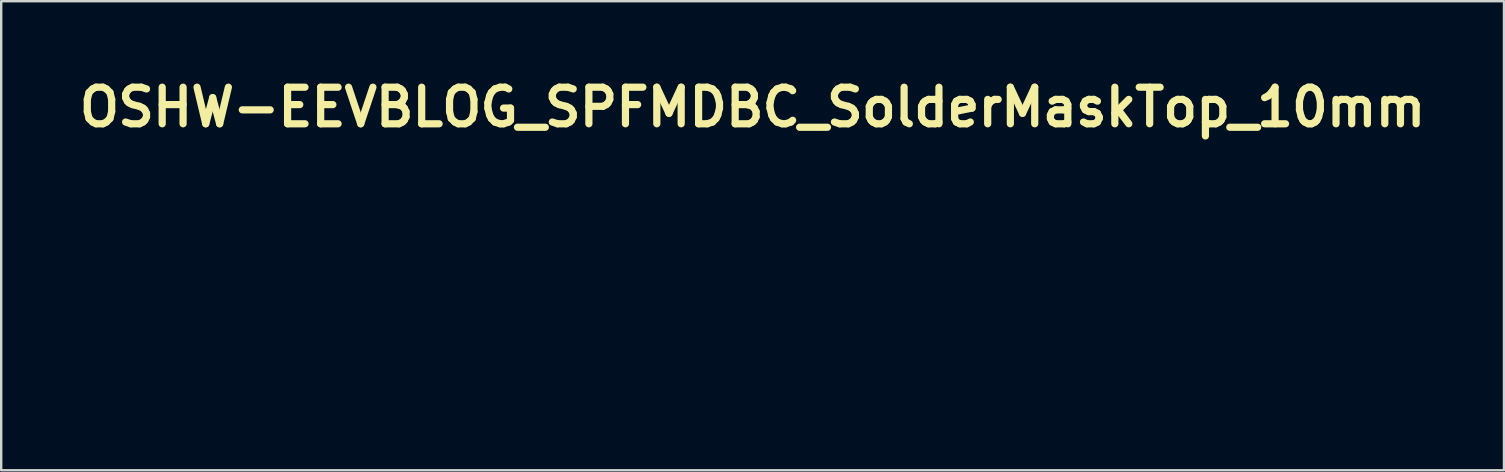
<source format=kicad_pcb>
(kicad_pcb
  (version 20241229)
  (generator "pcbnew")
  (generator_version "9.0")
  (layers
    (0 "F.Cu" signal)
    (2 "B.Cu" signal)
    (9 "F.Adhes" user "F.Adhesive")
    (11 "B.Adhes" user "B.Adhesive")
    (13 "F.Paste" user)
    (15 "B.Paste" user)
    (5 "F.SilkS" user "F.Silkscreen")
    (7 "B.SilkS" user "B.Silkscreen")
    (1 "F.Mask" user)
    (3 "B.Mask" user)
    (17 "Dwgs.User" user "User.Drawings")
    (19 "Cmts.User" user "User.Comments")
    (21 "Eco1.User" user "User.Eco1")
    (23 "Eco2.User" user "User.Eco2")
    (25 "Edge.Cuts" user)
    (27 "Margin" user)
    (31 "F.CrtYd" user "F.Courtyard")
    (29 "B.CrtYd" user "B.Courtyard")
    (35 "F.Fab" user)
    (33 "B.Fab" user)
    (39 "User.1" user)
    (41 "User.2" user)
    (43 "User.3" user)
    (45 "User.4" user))
  (footprint "OSHW-EEVBLOG_SPFMDBC_SolderMaskTop_10mm"
    (layer "F.Cu")
    (at 28.31 8.403)
    (property "Reference" "OSHW-EEVBLOG_SPFMDBC_SolderMaskTop_10mm" (at 0 -6.985 0) (layer "F.SilkS") (effects (font (size 1.524 1.524) (thickness 0.3))))
    (attr through_hole)
    (fp_poly (pts (xy -3.343 -1.592) (xy -3.27 -1.581) (xy -3.222 -1.557) (xy -3.196 -1.519) (xy -3.19 -1.477) (xy -3.199 -1.426) (xy -3.229 -1.391) (xy -3.282 -1.369) (xy -3.343 -1.361) (xy -3.441 -1.355) (xy -3.441 -1.598) (xy -3.343 -1.592)) (stroke (width 0.01) (type solid)) (fill yes) (layer "F.Mask"))
    (fp_poly (pts (xy 3.259 -1.605) (xy 3.328 -1.594) (xy 3.371 -1.577) (xy 3.394 -1.551) (xy 3.4 -1.514) (xy 3.392 -1.472) (xy 3.366 -1.444) (xy 3.317 -1.428) (xy 3.256 -1.42) (xy 3.16 -1.414) (xy 3.16 -1.614) (xy 3.259 -1.605)) (stroke (width 0.01) (type solid)) (fill yes) (layer "F.Mask"))
    (fp_poly (pts (xy 3.263 -1.295) (xy 3.319 -1.289) (xy 3.367 -1.28) (xy 3.396 -1.27) (xy 3.426 -1.24) (xy 3.438 -1.197) (xy 3.43 -1.152) (xy 3.405 -1.113) (xy 3.374 -1.092) (xy 3.338 -1.084) (xy 3.286 -1.079) (xy 3.248 -1.078) (xy 3.16 -1.078) (xy 3.16 -1.304) (xy 3.263 -1.295)) (stroke (width 0.01) (type solid)) (fill yes) (layer "F.Mask"))
    (fp_poly (pts (xy 2.197 -3.81) (xy 2.288 -3.8) (xy 2.358 -3.769) (xy 2.407 -3.718) (xy 2.435 -3.646) (xy 2.444 -3.559) (xy 2.435 -3.468) (xy 2.406 -3.398) (xy 2.358 -3.35) (xy 2.333 -3.335) (xy 2.287 -3.319) (xy 2.232 -3.307) (xy 2.178 -3.3) (xy 2.138 -3.301) (xy 2.13 -3.303) (xy 2.123 -3.314) (xy 2.118 -3.343) (xy 2.114 -3.392) (xy 2.112 -3.465) (xy 2.112 -3.56) (xy 2.112 -3.81) (xy 2.197 -3.81)) (stroke (width 0.01) (type solid)) (fill yes) (layer "F.Mask"))
    (fp_poly (pts (xy 2.783 4.096) (xy 2.839 4.109) (xy 2.892 4.128) (xy 2.931 4.149) (xy 2.945 4.162) (xy 2.94 4.179) (xy 2.92 4.212) (xy 2.888 4.255) (xy 2.879 4.266) (xy 2.804 4.356) (xy 2.758 4.332) (xy 2.697 4.313) (xy 2.632 4.312) (xy 2.574 4.327) (xy 2.556 4.338) (xy 2.529 4.36) (xy 2.508 4.383) (xy 2.492 4.413) (xy 2.481 4.452) (xy 2.473 4.504) (xy 2.469 4.574) (xy 2.467 4.665) (xy 2.466 4.781) (xy 2.466 4.803) (xy 2.466 5.139) (xy 2.245 5.139) (xy 2.245 4.105) (xy 2.466 4.105) (xy 2.466 4.195) (xy 2.514 4.16) (xy 2.599 4.113) (xy 2.695 4.092) (xy 2.733 4.091) (xy 2.783 4.096)) (stroke (width 0.01) (type solid)) (fill yes) (layer "F.Mask"))
    (fp_poly (pts (xy 2.717 2.584) (xy 2.785 2.536) (xy 2.826 2.51) (xy 2.865 2.495) (xy 2.913 2.487) (xy 2.959 2.483) (xy 3.024 2.482) (xy 3.071 2.488) (xy 3.111 2.501) (xy 3.127 2.509) (xy 3.166 2.531) (xy 3.192 2.549) (xy 3.197 2.555) (xy 3.193 2.573) (xy 3.172 2.605) (xy 3.14 2.647) (xy 3.13 2.659) (xy 3.091 2.703) (xy 3.066 2.728) (xy 3.049 2.737) (xy 3.033 2.733) (xy 3.017 2.724) (xy 2.967 2.705) (xy 2.905 2.701) (xy 2.846 2.711) (xy 2.814 2.726) (xy 2.789 2.744) (xy 2.769 2.764) (xy 2.754 2.79) (xy 2.744 2.826) (xy 2.737 2.875) (xy 2.733 2.941) (xy 2.732 3.028) (xy 2.731 3.139) (xy 2.731 3.176) (xy 2.733 3.515) (xy 2.51 3.515) (xy 2.51 2.481) (xy 2.717 2.481) (xy 2.717 2.584)) (stroke (width 0.01) (type solid)) (fill yes) (layer "F.Mask"))
    (fp_poly (pts (xy -1.343 4.097) (xy -1.283 4.112) (xy -1.23 4.132) (xy -1.195 4.156) (xy -1.189 4.163) (xy -1.194 4.182) (xy -1.214 4.216) (xy -1.248 4.259) (xy -1.256 4.269) (xy -1.295 4.313) (xy -1.32 4.337) (xy -1.337 4.346) (xy -1.353 4.343) (xy -1.369 4.333) (xy -1.414 4.317) (xy -1.472 4.31) (xy -1.529 4.314) (xy -1.563 4.326) (xy -1.591 4.348) (xy -1.622 4.383) (xy -1.627 4.39) (xy -1.638 4.406) (xy -1.646 4.423) (xy -1.653 4.445) (xy -1.657 4.477) (xy -1.66 4.521) (xy -1.663 4.582) (xy -1.664 4.664) (xy -1.666 4.771) (xy -1.666 4.788) (xy -1.671 5.139) (xy -1.875 5.139) (xy -1.875 4.105) (xy -1.669 4.105) (xy -1.669 4.152) (xy -1.667 4.183) (xy -1.66 4.188) (xy -1.643 4.175) (xy -1.584 4.136) (xy -1.508 4.107) (xy -1.429 4.092) (xy -1.403 4.091) (xy -1.343 4.097)) (stroke (width 0.01) (type solid)) (fill yes) (layer "F.Mask"))
    (fp_poly (pts (xy 2.289 3.515) (xy 2.178 3.515) (xy 2.122 3.514) (xy 2.089 3.511) (xy 2.073 3.504) (xy 2.068 3.491) (xy 2.067 3.479) (xy 2.067 3.442) (xy 1.985 3.486) (xy 1.887 3.522) (xy 1.789 3.529) (xy 1.69 3.507) (xy 1.66 3.494) (xy 1.579 3.44) (xy 1.516 3.365) (xy 1.483 3.297) (xy 1.476 3.268) (xy 1.471 3.223) (xy 1.467 3.159) (xy 1.465 3.073) (xy 1.463 2.962) (xy 1.463 2.861) (xy 1.462 2.481) (xy 1.683 2.481) (xy 1.683 2.814) (xy 1.684 2.934) (xy 1.686 3.028) (xy 1.689 3.1) (xy 1.696 3.155) (xy 1.705 3.196) (xy 1.718 3.226) (xy 1.736 3.25) (xy 1.755 3.269) (xy 1.8 3.293) (xy 1.861 3.305) (xy 1.923 3.303) (xy 1.97 3.287) (xy 1.997 3.272) (xy 2.018 3.256) (xy 2.033 3.235) (xy 2.045 3.206) (xy 2.053 3.165) (xy 2.059 3.108) (xy 2.063 3.032) (xy 2.065 2.933) (xy 2.067 2.843) (xy 2.075 2.488) (xy 2.289 2.48) (xy 2.289 3.515)) (stroke (width 0.01) (type solid)) (fill yes) (layer "F.Mask"))
    (fp_poly (pts (xy -1.698 2.534) (xy -1.697 2.567) (xy -1.691 2.576) (xy -1.676 2.564) (xy -1.673 2.561) (xy -1.614 2.521) (xy -1.538 2.494) (xy -1.453 2.481) (xy -1.369 2.485) (xy -1.294 2.506) (xy -1.285 2.51) (xy -1.201 2.569) (xy -1.138 2.649) (xy -1.121 2.68) (xy -1.113 2.701) (xy -1.106 2.725) (xy -1.101 2.755) (xy -1.098 2.797) (xy -1.095 2.853) (xy -1.094 2.928) (xy -1.093 3.026) (xy -1.093 3.127) (xy -1.093 3.515) (xy -1.314 3.515) (xy -1.314 3.173) (xy -1.314 3.063) (xy -1.315 2.978) (xy -1.317 2.915) (xy -1.319 2.869) (xy -1.324 2.836) (xy -1.33 2.813) (xy -1.338 2.795) (xy -1.344 2.783) (xy -1.389 2.737) (xy -1.448 2.708) (xy -1.514 2.699) (xy -1.578 2.712) (xy -1.609 2.729) (xy -1.636 2.751) (xy -1.657 2.775) (xy -1.673 2.805) (xy -1.684 2.845) (xy -1.691 2.898) (xy -1.696 2.969) (xy -1.698 3.062) (xy -1.698 3.181) (xy -1.698 3.186) (xy -1.698 3.515) (xy -1.92 3.515) (xy -1.92 2.481) (xy -1.698 2.481) (xy -1.698 2.534)) (stroke (width 0.01) (type solid)) (fill yes) (layer "F.Mask"))
    (fp_poly (pts (xy 3.668 2.484) (xy 3.762 2.495) (xy 3.838 2.518) (xy 3.909 2.558) (xy 3.964 2.602) (xy 4.022 2.653) (xy 3.951 2.718) (xy 3.913 2.753) (xy 3.882 2.778) (xy 3.867 2.789) (xy 3.849 2.783) (xy 3.819 2.763) (xy 3.809 2.756) (xy 3.738 2.714) (xy 3.656 2.696) (xy 3.573 2.704) (xy 3.495 2.736) (xy 3.491 2.739) (xy 3.45 2.782) (xy 3.419 2.845) (xy 3.4 2.923) (xy 3.393 3.006) (xy 3.399 3.09) (xy 3.419 3.165) (xy 3.429 3.187) (xy 3.472 3.249) (xy 3.526 3.287) (xy 3.596 3.304) (xy 3.658 3.304) (xy 3.717 3.298) (xy 3.759 3.285) (xy 3.798 3.26) (xy 3.806 3.254) (xy 3.862 3.209) (xy 3.94 3.278) (xy 4.018 3.348) (xy 3.969 3.396) (xy 3.885 3.462) (xy 3.79 3.504) (xy 3.678 3.523) (xy 3.655 3.525) (xy 3.581 3.525) (xy 3.524 3.519) (xy 3.473 3.504) (xy 3.463 3.5) (xy 3.371 3.452) (xy 3.298 3.387) (xy 3.24 3.299) (xy 3.231 3.283) (xy 3.208 3.231) (xy 3.193 3.187) (xy 3.184 3.138) (xy 3.179 3.075) (xy 3.177 3.04) (xy 3.179 2.913) (xy 3.196 2.807) (xy 3.231 2.717) (xy 3.283 2.639) (xy 3.313 2.607) (xy 3.384 2.546) (xy 3.458 2.507) (xy 3.541 2.487) (xy 3.642 2.483) (xy 3.668 2.484)) (stroke (width 0.01) (type solid)) (fill yes) (layer "F.Mask"))
    (fp_poly (pts (xy 0.521 4.106) (xy 0.548 4.111) (xy 0.561 4.124) (xy 0.568 4.146) (xy 0.575 4.172) (xy 0.59 4.221) (xy 0.611 4.288) (xy 0.637 4.37) (xy 0.666 4.46) (xy 0.677 4.494) (xy 0.777 4.8) (xy 0.871 4.453) (xy 0.965 4.105) (xy 1.081 4.105) (xy 1.135 4.106) (xy 1.175 4.109) (xy 1.195 4.114) (xy 1.196 4.115) (xy 1.192 4.131) (xy 1.18 4.171) (xy 1.161 4.232) (xy 1.136 4.31) (xy 1.107 4.401) (xy 1.076 4.501) (xy 1.042 4.607) (xy 1.007 4.714) (xy 0.973 4.819) (xy 0.941 4.918) (xy 0.921 4.98) (xy 0.869 5.139) (xy 0.681 5.139) (xy 0.637 4.995) (xy 0.614 4.921) (xy 0.587 4.83) (xy 0.559 4.737) (xy 0.538 4.667) (xy 0.517 4.596) (xy 0.498 4.535) (xy 0.483 4.489) (xy 0.474 4.465) (xy 0.474 4.463) (xy 0.467 4.472) (xy 0.454 4.505) (xy 0.434 4.559) (xy 0.411 4.631) (xy 0.384 4.718) (xy 0.362 4.792) (xy 0.26 5.139) (xy 0.065 5.139) (xy -0.098 4.626) (xy -0.261 4.113) (xy -0.151 4.108) (xy -0.097 4.107) (xy -0.055 4.108) (xy -0.034 4.111) (xy -0.033 4.112) (xy -0.027 4.128) (xy -0.015 4.168) (xy 0.003 4.229) (xy 0.025 4.306) (xy 0.05 4.395) (xy 0.066 4.455) (xy 0.092 4.548) (xy 0.116 4.63) (xy 0.136 4.698) (xy 0.152 4.746) (xy 0.163 4.773) (xy 0.166 4.776) (xy 0.172 4.759) (xy 0.187 4.717) (xy 0.207 4.656) (xy 0.233 4.579) (xy 0.261 4.49) (xy 0.28 4.434) (xy 0.385 4.105) (xy 0.472 4.105) (xy 0.521 4.106)) (stroke (width 0.01) (type solid)) (fill yes) (layer "F.Mask"))
    (fp_poly (pts (xy -0.354 5.139) (xy -0.576 5.139) (xy -0.576 5.095) (xy -0.582 5.061) (xy -0.596 5.051) (xy -0.614 5.067) (xy -0.614 5.067) (xy -0.646 5.095) (xy -0.7 5.116) (xy -0.768 5.131) (xy -0.842 5.136) (xy -0.915 5.133) (xy -0.972 5.12) (xy -1.025 5.092) (xy -1.08 5.046) (xy -1.127 4.989) (xy -1.16 4.932) (xy -1.165 4.919) (xy -1.173 4.875) (xy -1.179 4.809) (xy -1.183 4.727) (xy -1.184 4.637) (xy -1.184 4.615) (xy -0.966 4.615) (xy -0.966 4.692) (xy -0.962 4.746) (xy -0.956 4.784) (xy -0.945 4.814) (xy -0.937 4.829) (xy -0.891 4.883) (xy -0.832 4.916) (xy -0.766 4.927) (xy -0.701 4.913) (xy -0.647 4.878) (xy -0.613 4.828) (xy -0.59 4.758) (xy -0.578 4.675) (xy -0.576 4.587) (xy -0.584 4.501) (xy -0.604 4.426) (xy -0.634 4.367) (xy -0.648 4.351) (xy -0.699 4.32) (xy -0.763 4.307) (xy -0.828 4.311) (xy -0.875 4.331) (xy -0.913 4.361) (xy -0.939 4.399) (xy -0.955 4.45) (xy -0.964 4.52) (xy -0.966 4.613) (xy -0.966 4.615) (xy -1.184 4.615) (xy -1.184 4.546) (xy -1.181 4.461) (xy -1.177 4.389) (xy -1.17 4.337) (xy -1.167 4.327) (xy -1.138 4.265) (xy -1.091 4.203) (xy -1.032 4.15) (xy -0.972 4.114) (xy -0.953 4.107) (xy -0.858 4.093) (xy -0.763 4.101) (xy -0.676 4.128) (xy -0.604 4.173) (xy -0.602 4.175) (xy -0.593 4.182) (xy -0.586 4.181) (xy -0.581 4.169) (xy -0.578 4.141) (xy -0.577 4.094) (xy -0.576 4.024) (xy -0.576 3.945) (xy -0.576 3.692) (xy -0.354 3.692) (xy -0.354 5.139)) (stroke (width 0.01) (type solid)) (fill yes) (layer "F.Mask"))
    (fp_poly (pts (xy -4.412 2.489) (xy -4.363 2.492) (xy -4.327 2.5) (xy -4.295 2.513) (xy -4.265 2.529) (xy -4.179 2.596) (xy -4.115 2.679) (xy -4.081 2.759) (xy -4.07 2.818) (xy -4.063 2.895) (xy -4.061 2.983) (xy -4.063 3.073) (xy -4.069 3.159) (xy -4.079 3.233) (xy -4.093 3.288) (xy -4.098 3.3) (xy -4.146 3.374) (xy -4.213 3.441) (xy -4.286 3.49) (xy -4.29 3.492) (xy -4.347 3.51) (xy -4.422 3.521) (xy -4.502 3.525) (xy -4.576 3.521) (xy -4.625 3.511) (xy -4.717 3.466) (xy -4.796 3.398) (xy -4.851 3.322) (xy -4.868 3.287) (xy -4.881 3.257) (xy -4.889 3.223) (xy -4.894 3.179) (xy -4.898 3.118) (xy -4.9 3.04) (xy -4.9 2.989) (xy -4.693 2.989) (xy -4.691 3.072) (xy -4.682 3.134) (xy -4.655 3.213) (xy -4.612 3.268) (xy -4.552 3.299) (xy -4.482 3.308) (xy -4.429 3.305) (xy -4.393 3.294) (xy -4.357 3.269) (xy -4.35 3.263) (xy -4.316 3.225) (xy -4.294 3.18) (xy -4.282 3.134) (xy -4.272 3.057) (xy -4.271 2.973) (xy -4.279 2.892) (xy -4.295 2.823) (xy -4.312 2.783) (xy -4.348 2.745) (xy -4.4 2.712) (xy -4.455 2.691) (xy -4.482 2.688) (xy -4.533 2.698) (xy -4.588 2.726) (xy -4.634 2.762) (xy -4.651 2.783) (xy -4.673 2.836) (xy -4.687 2.907) (xy -4.693 2.989) (xy -4.9 2.989) (xy -4.9 2.91) (xy -4.89 2.804) (xy -4.868 2.719) (xy -4.834 2.649) (xy -4.785 2.591) (xy -4.719 2.541) (xy -4.699 2.529) (xy -4.664 2.51) (xy -4.632 2.498) (xy -4.594 2.492) (xy -4.542 2.489) (xy -4.482 2.488) (xy -4.412 2.489)) (stroke (width 0.01) (type solid)) (fill yes) (layer "F.Mask"))
    (fp_poly (pts (xy 0.994 2.495) (xy 1.073 2.52) (xy 1.14 2.563) (xy 1.178 2.597) (xy 1.22 2.643) (xy 1.251 2.691) (xy 1.271 2.745) (xy 1.284 2.811) (xy 1.29 2.896) (xy 1.292 2.99) (xy 1.29 3.084) (xy 1.286 3.165) (xy 1.28 3.227) (xy 1.274 3.258) (xy 1.245 3.319) (xy 1.197 3.383) (xy 1.139 3.441) (xy 1.079 3.485) (xy 1.073 3.488) (xy 1.014 3.509) (xy 0.938 3.522) (xy 0.856 3.527) (xy 0.78 3.523) (xy 0.722 3.51) (xy 0.624 3.459) (xy 0.546 3.386) (xy 0.487 3.291) (xy 0.485 3.286) (xy 0.471 3.253) (xy 0.462 3.22) (xy 0.456 3.18) (xy 0.453 3.128) (xy 0.451 3.057) (xy 0.451 3.005) (xy 0.452 2.971) (xy 0.667 2.971) (xy 0.667 3.078) (xy 0.679 3.161) (xy 0.703 3.223) (xy 0.74 3.266) (xy 0.759 3.28) (xy 0.822 3.303) (xy 0.894 3.306) (xy 0.963 3.29) (xy 0.987 3.278) (xy 1.026 3.244) (xy 1.055 3.201) (xy 1.057 3.197) (xy 1.067 3.155) (xy 1.074 3.093) (xy 1.078 3.02) (xy 1.077 2.946) (xy 1.073 2.88) (xy 1.065 2.832) (xy 1.062 2.825) (xy 1.025 2.762) (xy 0.971 2.719) (xy 0.907 2.697) (xy 0.84 2.696) (xy 0.776 2.717) (xy 0.72 2.763) (xy 0.713 2.771) (xy 0.694 2.799) (xy 0.682 2.827) (xy 0.674 2.863) (xy 0.67 2.914) (xy 0.667 2.971) (xy 0.452 2.971) (xy 0.452 2.92) (xy 0.454 2.857) (xy 0.458 2.811) (xy 0.466 2.775) (xy 0.477 2.742) (xy 0.486 2.721) (xy 0.542 2.627) (xy 0.617 2.556) (xy 0.709 2.508) (xy 0.816 2.485) (xy 0.896 2.484) (xy 0.994 2.495)) (stroke (width 0.01) (type solid)) (fill yes) (layer "F.Mask"))
    (fp_poly (pts (xy -2.418 2.485) (xy -2.378 2.495) (xy -2.333 2.513) (xy -2.331 2.514) (xy -2.243 2.564) (xy -2.176 2.627) (xy -2.129 2.704) (xy -2.1 2.8) (xy -2.086 2.919) (xy -2.085 2.935) (xy -2.079 3.086) (xy -2.398 3.086) (xy -2.508 3.086) (xy -2.592 3.087) (xy -2.652 3.09) (xy -2.691 3.096) (xy -2.712 3.106) (xy -2.718 3.122) (xy -2.713 3.145) (xy -2.698 3.176) (xy -2.684 3.204) (xy -2.637 3.268) (xy -2.575 3.308) (xy -2.501 3.323) (xy -2.418 3.313) (xy -2.328 3.277) (xy -2.28 3.249) (xy -2.261 3.24) (xy -2.242 3.242) (xy -2.216 3.258) (xy -2.176 3.29) (xy -2.171 3.294) (xy -2.095 3.359) (xy -2.152 3.413) (xy -2.234 3.47) (xy -2.333 3.509) (xy -2.442 3.527) (xy -2.553 3.525) (xy -2.656 3.501) (xy -2.748 3.455) (xy -2.823 3.385) (xy -2.878 3.293) (xy -2.916 3.178) (xy -2.926 3.117) (xy -2.935 2.988) (xy -2.925 2.884) (xy -2.717 2.884) (xy -2.714 2.894) (xy -2.703 2.901) (xy -2.679 2.906) (xy -2.637 2.908) (xy -2.573 2.909) (xy -2.51 2.909) (xy -2.429 2.909) (xy -2.372 2.908) (xy -2.336 2.905) (xy -2.315 2.901) (xy -2.306 2.893) (xy -2.304 2.882) (xy -2.304 2.878) (xy -2.315 2.825) (xy -2.344 2.77) (xy -2.384 2.726) (xy -2.399 2.716) (xy -2.458 2.694) (xy -2.528 2.689) (xy -2.593 2.702) (xy -2.616 2.713) (xy -2.65 2.744) (xy -2.683 2.791) (xy -2.708 2.842) (xy -2.717 2.884) (xy -2.925 2.884) (xy -2.923 2.865) (xy -2.894 2.752) (xy -2.847 2.655) (xy -2.796 2.59) (xy -2.741 2.542) (xy -2.685 2.511) (xy -2.618 2.493) (xy -2.531 2.484) (xy -2.53 2.484) (xy -2.465 2.482) (xy -2.418 2.485)) (stroke (width 0.01) (type solid)) (fill yes) (layer "F.Mask"))
    (fp_poly (pts (xy 3.451 4.098) (xy 3.55 4.127) (xy 3.639 4.182) (xy 3.665 4.205) (xy 3.723 4.271) (xy 3.763 4.344) (xy 3.786 4.431) (xy 3.795 4.538) (xy 3.795 4.564) (xy 3.795 4.696) (xy 3.478 4.696) (xy 3.369 4.696) (xy 3.286 4.697) (xy 3.227 4.699) (xy 3.188 4.705) (xy 3.167 4.715) (xy 3.16 4.731) (xy 3.164 4.753) (xy 3.177 4.783) (xy 3.189 4.81) (xy 3.232 4.873) (xy 3.291 4.914) (xy 3.363 4.933) (xy 3.443 4.928) (xy 3.529 4.901) (xy 3.605 4.856) (xy 3.622 4.85) (xy 3.644 4.857) (xy 3.677 4.881) (xy 3.705 4.904) (xy 3.743 4.938) (xy 3.77 4.966) (xy 3.78 4.98) (xy 3.769 4.997) (xy 3.737 5.023) (xy 3.694 5.053) (xy 3.646 5.082) (xy 3.601 5.106) (xy 3.575 5.116) (xy 3.522 5.128) (xy 3.453 5.135) (xy 3.377 5.138) (xy 3.307 5.135) (xy 3.253 5.127) (xy 3.249 5.125) (xy 3.16 5.084) (xy 3.079 5.021) (xy 3.016 4.942) (xy 2.99 4.892) (xy 2.966 4.809) (xy 2.952 4.709) (xy 2.949 4.6) (xy 2.955 4.519) (xy 3.157 4.519) (xy 3.365 4.519) (xy 3.447 4.519) (xy 3.505 4.518) (xy 3.541 4.515) (xy 3.562 4.51) (xy 3.571 4.503) (xy 3.574 4.492) (xy 3.574 4.488) (xy 3.562 4.435) (xy 3.533 4.38) (xy 3.494 4.335) (xy 3.479 4.324) (xy 3.437 4.306) (xy 3.386 4.3) (xy 3.356 4.301) (xy 3.285 4.316) (xy 3.232 4.348) (xy 3.194 4.403) (xy 3.166 4.483) (xy 3.157 4.519) (xy 2.955 4.519) (xy 2.957 4.493) (xy 2.975 4.396) (xy 2.995 4.337) (xy 3.052 4.241) (xy 3.126 4.168) (xy 3.217 4.119) (xy 3.325 4.095) (xy 3.339 4.094) (xy 3.451 4.098)) (stroke (width 0.01) (type solid)) (fill yes) (layer "F.Mask"))
    (fp_poly (pts (xy 4.546 2.485) (xy 4.609 2.494) (xy 4.632 2.501) (xy 4.728 2.551) (xy 4.806 2.625) (xy 4.856 2.703) (xy 4.878 2.749) (xy 4.892 2.788) (xy 4.899 2.829) (xy 4.902 2.883) (xy 4.903 2.941) (xy 4.903 3.086) (xy 4.265 3.086) (xy 4.276 3.134) (xy 4.306 3.214) (xy 4.357 3.273) (xy 4.425 3.31) (xy 4.507 3.322) (xy 4.557 3.316) (xy 4.611 3.301) (xy 4.661 3.281) (xy 4.695 3.259) (xy 4.702 3.25) (xy 4.718 3.237) (xy 4.741 3.24) (xy 4.776 3.262) (xy 4.821 3.299) (xy 4.894 3.363) (xy 4.85 3.403) (xy 4.768 3.465) (xy 4.676 3.504) (xy 4.568 3.523) (xy 4.534 3.524) (xy 4.433 3.523) (xy 4.355 3.512) (xy 4.34 3.507) (xy 4.262 3.469) (xy 4.189 3.409) (xy 4.129 3.336) (xy 4.104 3.29) (xy 4.089 3.256) (xy 4.08 3.223) (xy 4.073 3.184) (xy 4.07 3.134) (xy 4.069 3.066) (xy 4.069 3.005) (xy 4.069 2.92) (xy 4.07 2.893) (xy 4.273 2.893) (xy 4.28 2.901) (xy 4.299 2.905) (xy 4.336 2.908) (xy 4.393 2.909) (xy 4.475 2.909) (xy 4.693 2.909) (xy 4.682 2.861) (xy 4.654 2.782) (xy 4.611 2.727) (xy 4.551 2.697) (xy 4.48 2.688) (xy 4.428 2.691) (xy 4.391 2.703) (xy 4.355 2.729) (xy 4.351 2.732) (xy 4.317 2.769) (xy 4.294 2.806) (xy 4.291 2.817) (xy 4.281 2.857) (xy 4.273 2.883) (xy 4.273 2.893) (xy 4.07 2.893) (xy 4.071 2.858) (xy 4.075 2.812) (xy 4.083 2.776) (xy 4.094 2.743) (xy 4.104 2.72) (xy 4.145 2.652) (xy 4.202 2.587) (xy 4.267 2.534) (xy 4.331 2.501) (xy 4.338 2.498) (xy 4.398 2.487) (xy 4.471 2.483) (xy 4.546 2.485)) (stroke (width 0.01) (type solid)) (fill yes) (layer "F.Mask"))
    (fp_poly (pts (xy 0.023 2.486) (xy 0.076 2.493) (xy 0.086 2.495) (xy 0.132 2.51) (xy 0.184 2.533) (xy 0.234 2.56) (xy 0.277 2.587) (xy 0.304 2.61) (xy 0.31 2.621) (xy 0.3 2.639) (xy 0.276 2.671) (xy 0.247 2.706) (xy 0.185 2.777) (xy 0.098 2.732) (xy 0.019 2.702) (xy -0.064 2.687) (xy -0.142 2.689) (xy -0.197 2.704) (xy -0.234 2.733) (xy -0.255 2.773) (xy -0.254 2.813) (xy -0.251 2.821) (xy -0.232 2.846) (xy -0.202 2.865) (xy -0.157 2.879) (xy -0.092 2.889) (xy -0.028 2.895) (xy 0.083 2.909) (xy 0.169 2.932) (xy 0.233 2.964) (xy 0.28 3.008) (xy 0.313 3.067) (xy 0.318 3.082) (xy 0.337 3.17) (xy 0.332 3.259) (xy 0.307 3.341) (xy 0.261 3.409) (xy 0.249 3.422) (xy 0.18 3.468) (xy 0.091 3.502) (xy -0.01 3.522) (xy -0.116 3.528) (xy -0.22 3.518) (xy -0.284 3.502) (xy -0.342 3.478) (xy -0.405 3.447) (xy -0.464 3.413) (xy -0.51 3.38) (xy -0.53 3.361) (xy -0.533 3.345) (xy -0.517 3.319) (xy -0.481 3.28) (xy -0.472 3.27) (xy -0.432 3.232) (xy -0.405 3.213) (xy -0.387 3.209) (xy -0.373 3.216) (xy -0.307 3.26) (xy -0.256 3.289) (xy -0.21 3.305) (xy -0.159 3.313) (xy -0.095 3.315) (xy -0.086 3.315) (xy -0.022 3.314) (xy 0.02 3.311) (xy 0.048 3.303) (xy 0.07 3.289) (xy 0.08 3.279) (xy 0.109 3.24) (xy 0.118 3.204) (xy 0.113 3.169) (xy 0.094 3.143) (xy 0.058 3.124) (xy -0.00007 3.111) (xy -0.083 3.1) (xy -0.091 3.1) (xy -0.215 3.081) (xy -0.312 3.051) (xy -0.385 3.008) (xy -0.435 2.951) (xy -0.463 2.879) (xy -0.47 2.79) (xy -0.47 2.775) (xy -0.454 2.68) (xy -0.418 2.605) (xy -0.361 2.549) (xy -0.281 2.51) (xy -0.177 2.488) (xy -0.113 2.483) (xy -0.044 2.483) (xy 0.023 2.486)) (stroke (width 0.01) (type solid)) (fill yes) (layer "F.Mask"))
    (fp_poly (pts (xy -2.437 4.097) (xy -2.356 4.107) (xy -2.291 4.123) (xy -2.278 4.127) (xy -2.208 4.169) (xy -2.151 4.23) (xy -2.115 4.3) (xy -2.113 4.308) (xy -2.108 4.339) (xy -2.104 4.397) (xy -2.101 4.475) (xy -2.099 4.572) (xy -2.097 4.682) (xy -2.097 4.751) (xy -2.097 5.139) (xy -2.208 5.139) (xy -2.264 5.139) (xy -2.297 5.136) (xy -2.313 5.129) (xy -2.318 5.115) (xy -2.318 5.102) (xy -2.318 5.064) (xy -2.364 5.098) (xy -2.391 5.115) (xy -2.424 5.126) (xy -2.469 5.132) (xy -2.534 5.136) (xy -2.545 5.136) (xy -2.612 5.138) (xy -2.66 5.135) (xy -2.697 5.128) (xy -2.734 5.113) (xy -2.759 5.101) (xy -2.834 5.052) (xy -2.884 4.992) (xy -2.912 4.914) (xy -2.921 4.844) (xy -2.921 4.828) (xy -2.717 4.828) (xy -2.706 4.871) (xy -2.679 4.898) (xy -2.637 4.918) (xy -2.586 4.933) (xy -2.538 4.94) (xy -2.513 4.938) (xy -2.485 4.934) (xy -2.445 4.932) (xy -2.442 4.932) (xy -2.384 4.921) (xy -2.344 4.885) (xy -2.323 4.828) (xy -2.318 4.778) (xy -2.318 4.696) (xy -2.448 4.696) (xy -2.546 4.699) (xy -2.619 4.709) (xy -2.669 4.727) (xy -2.7 4.756) (xy -2.715 4.795) (xy -2.717 4.828) (xy -2.921 4.828) (xy -2.916 4.747) (xy -2.888 4.668) (xy -2.836 4.603) (xy -2.817 4.588) (xy -2.771 4.559) (xy -2.718 4.539) (xy -2.652 4.527) (xy -2.567 4.52) (xy -2.485 4.519) (xy -2.318 4.519) (xy -2.318 4.44) (xy -2.322 4.384) (xy -2.335 4.346) (xy -2.363 4.322) (xy -2.41 4.31) (xy -2.48 4.305) (xy -2.511 4.305) (xy -2.575 4.306) (xy -2.618 4.309) (xy -2.646 4.317) (xy -2.668 4.33) (xy -2.678 4.339) (xy -2.714 4.373) (xy -2.796 4.31) (xy -2.839 4.275) (xy -2.862 4.251) (xy -2.867 4.233) (xy -2.863 4.22) (xy -2.833 4.187) (xy -2.784 4.152) (xy -2.723 4.122) (xy -2.668 4.104) (xy -2.604 4.095) (xy -2.523 4.093) (xy -2.437 4.097)) (stroke (width 0.01) (type solid)) (fill yes) (layer "F.Mask"))
    (fp_poly (pts (xy 1.662 4.094) (xy 1.779 4.108) (xy 1.872 4.137) (xy 1.942 4.183) (xy 1.992 4.246) (xy 2.022 4.319) (xy 2.027 4.354) (xy 2.031 4.414) (xy 2.034 4.497) (xy 2.037 4.6) (xy 2.038 4.718) (xy 2.038 4.759) (xy 2.038 5.139) (xy 1.927 5.139) (xy 1.871 5.139) (xy 1.838 5.136) (xy 1.822 5.129) (xy 1.817 5.115) (xy 1.816 5.102) (xy 1.816 5.064) (xy 1.771 5.098) (xy 1.744 5.115) (xy 1.712 5.126) (xy 1.667 5.132) (xy 1.603 5.135) (xy 1.59 5.136) (xy 1.518 5.137) (xy 1.467 5.133) (xy 1.426 5.124) (xy 1.388 5.109) (xy 1.324 5.074) (xy 1.279 5.036) (xy 1.246 4.989) (xy 1.244 4.984) (xy 1.213 4.896) (xy 1.206 4.805) (xy 1.209 4.792) (xy 1.411 4.792) (xy 1.413 4.84) (xy 1.439 4.883) (xy 1.487 4.916) (xy 1.536 4.931) (xy 1.58 4.938) (xy 1.614 4.939) (xy 1.622 4.938) (xy 1.65 4.934) (xy 1.69 4.932) (xy 1.693 4.932) (xy 1.751 4.921) (xy 1.791 4.885) (xy 1.812 4.828) (xy 1.816 4.778) (xy 1.816 4.696) (xy 1.687 4.696) (xy 1.587 4.7) (xy 1.509 4.711) (xy 1.456 4.729) (xy 1.435 4.744) (xy 1.411 4.792) (xy 1.209 4.792) (xy 1.224 4.717) (xy 1.264 4.64) (xy 1.28 4.622) (xy 1.323 4.582) (xy 1.373 4.553) (xy 1.434 4.534) (xy 1.513 4.523) (xy 1.614 4.519) (xy 1.642 4.519) (xy 1.816 4.519) (xy 1.816 4.447) (xy 1.809 4.38) (xy 1.788 4.34) (xy 1.772 4.323) (xy 1.753 4.313) (xy 1.722 4.307) (xy 1.674 4.305) (xy 1.627 4.305) (xy 1.562 4.305) (xy 1.519 4.309) (xy 1.49 4.316) (xy 1.468 4.329) (xy 1.457 4.339) (xy 1.42 4.374) (xy 1.338 4.312) (xy 1.297 4.279) (xy 1.267 4.253) (xy 1.255 4.238) (xy 1.255 4.238) (xy 1.266 4.222) (xy 1.292 4.196) (xy 1.311 4.18) (xy 1.384 4.133) (xy 1.473 4.104) (xy 1.58 4.093) (xy 1.662 4.094)) (stroke (width 0.01) (type solid)) (fill yes) (layer "F.Mask"))
    (fp_poly (pts (xy -3.677 2.584) (xy -3.609 2.536) (xy -3.575 2.513) (xy -3.544 2.499) (xy -3.51 2.491) (xy -3.462 2.489) (xy -3.413 2.488) (xy -3.348 2.489) (xy -3.304 2.493) (xy -3.271 2.502) (xy -3.241 2.518) (xy -3.22 2.532) (xy -3.167 2.573) (xy -3.129 2.616) (xy -3.103 2.666) (xy -3.084 2.731) (xy -3.072 2.817) (xy -3.068 2.858) (xy -3.061 2.98) (xy -3.062 3.096) (xy -3.07 3.2) (xy -3.085 3.288) (xy -3.106 3.354) (xy -3.119 3.376) (xy -3.179 3.442) (xy -3.256 3.491) (xy -3.342 3.52) (xy -3.432 3.528) (xy -3.519 3.514) (xy -3.591 3.48) (xy -3.627 3.456) (xy -3.655 3.438) (xy -3.659 3.436) (xy -3.664 3.438) (xy -3.669 3.454) (xy -3.672 3.487) (xy -3.675 3.54) (xy -3.676 3.614) (xy -3.677 3.714) (xy -3.677 3.81) (xy -3.677 4.195) (xy -3.629 4.16) (xy -3.544 4.114) (xy -3.45 4.093) (xy -3.352 4.096) (xy -3.259 4.125) (xy -3.224 4.144) (xy -3.173 4.182) (xy -3.134 4.231) (xy -3.109 4.275) (xy -3.064 4.362) (xy -3.059 4.75) (xy -3.054 5.139) (xy -3.278 5.139) (xy -3.279 4.81) (xy -3.279 4.701) (xy -3.28 4.617) (xy -3.282 4.554) (xy -3.285 4.507) (xy -3.29 4.472) (xy -3.297 4.445) (xy -3.306 4.422) (xy -3.307 4.42) (xy -3.347 4.363) (xy -3.401 4.327) (xy -3.463 4.312) (xy -3.526 4.318) (xy -3.585 4.344) (xy -3.632 4.391) (xy -3.653 4.431) (xy -3.662 4.457) (xy -3.668 4.49) (xy -3.672 4.536) (xy -3.675 4.598) (xy -3.676 4.68) (xy -3.677 4.787) (xy -3.677 4.814) (xy -3.677 5.139) (xy -3.781 5.139) (xy -3.847 5.136) (xy -3.883 5.128) (xy -3.892 5.121) (xy -3.893 5.103) (xy -3.894 5.059) (xy -3.894 4.989) (xy -3.895 4.896) (xy -3.895 4.782) (xy -3.896 4.649) (xy -3.896 4.5) (xy -3.896 4.336) (xy -3.896 4.16) (xy -3.895 3.973) (xy -3.895 3.795) (xy -3.893 3.048) (xy -3.674 3.048) (xy -3.662 3.141) (xy -3.637 3.216) (xy -3.603 3.266) (xy -3.573 3.291) (xy -3.541 3.304) (xy -3.495 3.308) (xy -3.48 3.308) (xy -3.425 3.305) (xy -3.386 3.292) (xy -3.354 3.271) (xy -3.319 3.224) (xy -3.295 3.157) (xy -3.281 3.076) (xy -3.278 2.99) (xy -3.285 2.904) (xy -3.304 2.826) (xy -3.333 2.764) (xy -3.352 2.74) (xy -3.384 2.713) (xy -3.417 2.701) (xy -3.465 2.698) (xy -3.47 2.698) (xy -3.541 2.707) (xy -3.595 2.734) (xy -3.634 2.782) (xy -3.659 2.852) (xy -3.672 2.942) (xy -3.674 3.048) (xy -3.893 3.048) (xy -3.891 2.488) (xy -3.677 2.48) (xy -3.677 2.584)) (stroke (width 0.01) (type solid)) (fill yes) (layer "F.Mask"))
    (fp_poly (pts (xy 0.532 -5.121) (xy 0.538 -5.098) (xy 0.548 -5.051) (xy 0.563 -4.982) (xy 0.58 -4.895) (xy 0.6 -4.793) (xy 0.621 -4.681) (xy 0.634 -4.609) (xy 0.656 -4.493) (xy 0.676 -4.387) (xy 0.695 -4.294) (xy 0.711 -4.217) (xy 0.723 -4.16) (xy 0.732 -4.126) (xy 0.735 -4.118) (xy 0.754 -4.107) (xy 0.795 -4.087) (xy 0.854 -4.061) (xy 0.927 -4.03) (xy 1.009 -3.997) (xy 1.095 -3.962) (xy 1.181 -3.927) (xy 1.262 -3.895) (xy 1.334 -3.868) (xy 1.392 -3.847) (xy 1.432 -3.833) (xy 1.448 -3.83) (xy 1.467 -3.84) (xy 1.51 -3.867) (xy 1.576 -3.91) (xy 1.622 -3.94) (xy 1.935 -3.94) (xy 1.935 -3.177) (xy 1.975 -3.171) (xy 2.039 -3.165) (xy 2.117 -3.163) (xy 2.199 -3.164) (xy 2.272 -3.169) (xy 2.318 -3.176) (xy 2.405 -3.207) (xy 2.484 -3.256) (xy 2.547 -3.319) (xy 2.569 -3.352) (xy 2.589 -3.396) (xy 2.602 -3.445) (xy 2.609 -3.509) (xy 2.611 -3.544) (xy 2.612 -3.608) (xy 2.61 -3.654) (xy 2.601 -3.691) (xy 2.585 -3.73) (xy 2.574 -3.751) (xy 2.517 -3.832) (xy 2.44 -3.893) (xy 2.341 -3.933) (xy 2.222 -3.953) (xy 2.081 -3.952) (xy 2.062 -3.951) (xy 1.935 -3.94) (xy 1.622 -3.94) (xy 1.666 -3.97) (xy 1.78 -4.047) (xy 1.917 -4.141) (xy 2.078 -4.252) (xy 2.185 -4.325) (xy 2.236 -4.359) (xy 2.28 -4.385) (xy 2.311 -4.399) (xy 2.318 -4.401) (xy 2.333 -4.391) (xy 2.367 -4.362) (xy 2.416 -4.317) (xy 2.479 -4.258) (xy 2.552 -4.188) (xy 2.632 -4.109) (xy 2.701 -4.04) (xy 2.803 -3.938) (xy 2.885 -3.854) (xy 2.949 -3.787) (xy 2.996 -3.736) (xy 3.028 -3.698) (xy 3.047 -3.672) (xy 3.054 -3.655) (xy 3.054 -3.652) (xy 3.044 -3.633) (xy 3.019 -3.593) (xy 2.982 -3.535) (xy 2.933 -3.463) (xy 2.876 -3.378) (xy 2.813 -3.285) (xy 2.771 -3.224) (xy 2.705 -3.127) (xy 2.644 -3.037) (xy 2.591 -2.957) (xy 2.548 -2.891) (xy 2.517 -2.84) (xy 2.499 -2.809) (xy 2.496 -2.801) (xy 2.501 -2.781) (xy 2.517 -2.74) (xy 2.541 -2.68) (xy 2.571 -2.607) (xy 2.606 -2.524) (xy 2.642 -2.438) (xy 2.68 -2.351) (xy 2.715 -2.269) (xy 2.748 -2.196) (xy 2.775 -2.137) (xy 2.794 -2.096) (xy 2.805 -2.077) (xy 2.805 -2.077) (xy 2.818 -2.071) (xy 2.846 -2.062) (xy 2.893 -2.051) (xy 2.959 -2.038) (xy 3.046 -2.02) (xy 3.157 -1.999) (xy 3.294 -1.974) (xy 3.457 -1.945) (xy 3.478 -1.941) (xy 3.582 -1.921) (xy 3.662 -1.906) (xy 3.719 -1.892) (xy 3.759 -1.881) (xy 3.784 -1.869) (xy 3.799 -1.858) (xy 3.799 -1.857) (xy 3.807 -1.847) (xy 3.812 -1.833) (xy 3.817 -1.812) (xy 3.82 -1.78) (xy 3.822 -1.736) (xy 3.823 -1.675) (xy 3.823 -1.594) (xy 3.823 -1.491) (xy 3.822 -1.362) (xy 3.822 -1.335) (xy 3.82 -1.177) (xy 3.817 -1.049) (xy 3.814 -0.95) (xy 3.81 -0.88) (xy 3.805 -0.839) (xy 3.801 -0.827) (xy 3.783 -0.821) (xy 3.74 -0.81) (xy 3.675 -0.795) (xy 3.591 -0.777) (xy 3.492 -0.757) (xy 3.383 -0.736) (xy 3.315 -0.723) (xy 3.2 -0.701) (xy 3.095 -0.68) (xy 3.002 -0.661) (xy 2.925 -0.644) (xy 2.868 -0.63) (xy 2.834 -0.62) (xy 2.827 -0.617) (xy 2.816 -0.597) (xy 2.796 -0.554) (xy 2.77 -0.493) (xy 2.739 -0.418) (xy 2.705 -0.333) (xy 2.669 -0.243) (xy 2.633 -0.153) (xy 2.6 -0.067) (xy 2.571 0.011) (xy 2.548 0.075) (xy 2.532 0.122) (xy 2.525 0.147) (xy 2.525 0.148) (xy 2.533 0.175) (xy 2.555 0.216) (xy 2.575 0.247) (xy 2.632 0.327) (xy 2.692 0.414) (xy 2.754 0.505) (xy 2.816 0.597) (xy 2.876 0.686) (xy 2.931 0.769) (xy 2.978 0.842) (xy 3.017 0.902) (xy 3.043 0.946) (xy 3.056 0.97) (xy 3.057 0.973) (xy 3.047 0.988) (xy 3.018 1.022) (xy 2.973 1.071) (xy 2.915 1.133) (xy 2.845 1.206) (xy 2.766 1.286) (xy 2.707 1.347) (xy 2.607 1.447) (xy 2.525 1.527) (xy 2.46 1.589) (xy 2.41 1.636) (xy 2.372 1.668) (xy 2.345 1.688) (xy 2.326 1.697) (xy 2.319 1.698) (xy 2.295 1.689) (xy 2.248 1.663) (xy 2.181 1.622) (xy 2.094 1.566) (xy 1.989 1.495) (xy 1.906 1.439) (xy 1.813 1.375) (xy 1.726 1.317) (xy 1.651 1.267) (xy 1.588 1.226) (xy 1.543 1.198) (xy 1.517 1.183) (xy 1.513 1.181) (xy 1.493 1.188) (xy 1.453 1.206) (xy 1.398 1.233) (xy 1.334 1.265) (xy 1.325 1.27) (xy 1.259 1.304) (xy 1.2 1.331) (xy 1.155 1.35) (xy 1.129 1.359) (xy 1.127 1.359) (xy 1.099 1.346) (xy 1.083 1.325) (xy 1.074 1.306) (xy 1.056 1.262) (xy 1.028 1.195) (xy 0.992 1.109) (xy 0.949 1.006) (xy 0.924 0.945) (xy 1.913 0.945) (xy 1.922 1.055) (xy 1.95 1.144) (xy 1.998 1.218) (xy 2.042 1.26) (xy 2.111 1.3) (xy 2.198 1.325) (xy 2.295 1.336) (xy 2.393 1.331) (xy 2.485 1.309) (xy 2.498 1.304) (xy 2.553 1.282) (xy 2.529 1.219) (xy 2.506 1.156) (xy 2.438 1.177) (xy 2.366 1.191) (xy 2.291 1.191) (xy 2.223 1.18) (xy 2.174 1.157) (xy 2.127 1.106) (xy 2.096 1.039) (xy 2.082 0.963) (xy 2.085 0.885) (xy 2.103 0.811) (xy 2.137 0.749) (xy 2.186 0.704) (xy 2.191 0.702) (xy 2.229 0.686) (xy 2.274 0.681) (xy 2.334 0.683) (xy 2.389 0.689) (xy 2.436 0.696) (xy 2.46 0.701) (xy 2.482 0.703) (xy 2.499 0.688) (xy 2.515 0.655) (xy 2.528 0.618) (xy 2.529 0.597) (xy 2.517 0.582) (xy 2.514 0.579) (xy 2.461 0.554) (xy 2.39 0.539) (xy 2.309 0.534) (xy 2.227 0.541) (xy 2.153 0.558) (xy 2.119 0.572) (xy 2.034 0.628) (xy 1.972 0.698) (xy 1.933 0.785) (xy 1.915 0.89) (xy 1.913 0.945) (xy 0.924 0.945) (xy 0.9 0.888) (xy 0.847 0.758) (xy 0.789 0.618) (xy 0.739 0.498) (xy 0.662 0.311) (xy 0.597 0.151) (xy 0.542 0.015) (xy 0.498 -0.096) (xy 0.464 -0.185) (xy 0.44 -0.252) (xy 0.425 -0.297) (xy 0.42 -0.324) (xy 0.42 -0.329) (xy 0.437 -0.354) (xy 0.472 -0.386) (xy 0.515 -0.417) (xy 0.665 -0.526) (xy 0.789 -0.644) (xy 0.889 -0.775) (xy 0.947 -0.874) (xy 0.982 -0.962) (xy 2.997 -0.962) (xy 3.031 -0.955) (xy 3.058 -0.952) (xy 3.108 -0.951) (xy 3.173 -0.95) (xy 3.241 -0.95) (xy 3.319 -0.952) (xy 3.375 -0.955) (xy 3.414 -0.961) (xy 3.446 -0.971) (xy 3.476 -0.985) (xy 3.484 -0.99) (xy 3.549 -1.04) (xy 3.588 -1.103) (xy 3.6 -1.179) (xy 3.599 -1.201) (xy 3.587 -1.26) (xy 3.559 -1.306) (xy 3.551 -1.315) (xy 3.52 -1.343) (xy 3.493 -1.358) (xy 3.488 -1.359) (xy 3.483 -1.368) (xy 3.499 -1.394) (xy 3.513 -1.411) (xy 3.549 -1.471) (xy 3.559 -1.538) (xy 3.546 -1.602) (xy 3.509 -1.659) (xy 3.471 -1.688) (xy 3.419 -1.709) (xy 3.346 -1.724) (xy 3.261 -1.734) (xy 3.173 -1.735) (xy 3.116 -1.732) (xy 3.005 -1.72) (xy 2.997 -0.962) (xy 0.982 -0.962) (xy 1.009 -1.029) (xy 1.044 -1.192) (xy 1.054 -1.359) (xy 1.037 -1.525) (xy 0.995 -1.688) (xy 0.928 -1.842) (xy 0.836 -1.984) (xy 0.826 -1.997) (xy 0.715 -2.114) (xy 0.587 -2.216) (xy 0.446 -2.298) (xy 0.299 -2.356) (xy 0.244 -2.371) (xy 0.18 -2.381) (xy 0.101 -2.389) (xy 0.014 -2.393) (xy -0.069 -2.394) (xy -0.141 -2.391) (xy -0.186 -2.385) (xy -0.365 -2.331) (xy -0.527 -2.253) (xy -0.672 -2.151) (xy -0.799 -2.028) (xy -0.906 -1.882) (xy -0.939 -1.824) (xy -0.994 -1.699) (xy -1.032 -1.558) (xy -1.053 -1.411) (xy -1.054 -1.267) (xy -1.049 -1.212) (xy -1.011 -1.035) (xy -0.948 -0.873) (xy -0.859 -0.726) (xy -0.745 -0.594) (xy -0.605 -0.476) (xy -0.534 -0.428) (xy -0.479 -0.39) (xy -0.439 -0.356) (xy -0.42 -0.33) (xy -0.42 -0.329) (xy -0.422 -0.311) (xy -0.433 -0.272) (xy -0.455 -0.211) (xy -0.486 -0.128) (xy -0.527 -0.022) (xy -0.58 0.108) (xy -0.643 0.264) (xy -0.718 0.446) (xy -0.739 0.498) (xy -0.799 0.643) (xy -0.857 0.782) (xy -0.91 0.91) (xy -0.957 1.025) (xy -0.999 1.126) (xy -1.034 1.209) (xy -1.06 1.271) (xy -1.077 1.311) (xy -1.083 1.325) (xy -1.107 1.352) (xy -1.128 1.358) (xy -1.153 1.352) (xy -1.197 1.333) (xy -1.255 1.306) (xy -1.321 1.273) (xy -1.328 1.27) (xy -1.393 1.236) (xy -1.449 1.209) (xy -1.491 1.19) (xy -1.513 1.182) (xy -1.514 1.181) (xy -1.53 1.189) (xy -1.567 1.212) (xy -1.623 1.248) (xy -1.693 1.294) (xy -1.775 1.35) (xy -1.866 1.411) (xy -1.906 1.439) (xy -2.022 1.518) (xy -2.121 1.583) (xy -2.202 1.635) (xy -2.263 1.672) (xy -2.303 1.693) (xy -2.319 1.698) (xy -2.334 1.693) (xy -2.356 1.679) (xy -2.389 1.653) (xy -2.433 1.614) (xy -2.491 1.559) (xy -2.565 1.487) (xy -2.656 1.397) (xy -2.708 1.345) (xy -2.778 1.276) (xy -2.566 1.276) (xy -2.552 1.291) (xy -2.529 1.301) (xy -2.407 1.334) (xy -2.285 1.338) (xy -2.212 1.327) (xy -2.147 1.304) (xy -2.089 1.266) (xy -2.046 1.22) (xy -2.023 1.171) (xy -2.021 1.157) (xy -2.022 1.074) (xy -2.038 1.011) (xy -2.072 0.961) (xy -2.129 0.918) (xy -2.176 0.893) (xy -2.227 0.868) (xy -2.269 0.85) (xy -2.294 0.842) (xy -2.296 0.842) (xy -2.32 0.833) (xy -2.352 0.813) (xy -2.353 0.811) (xy -2.383 0.774) (xy -2.391 0.734) (xy -2.376 0.7) (xy -2.371 0.695) (xy -2.33 0.676) (xy -2.271 0.669) (xy -2.206 0.675) (xy -2.168 0.684) (xy -2.099 0.705) (xy -2.077 0.641) (xy -2.055 0.576) (xy -2.13 0.554) (xy -2.233 0.534) (xy -2.328 0.534) (xy -2.412 0.555) (xy -2.481 0.594) (xy -2.53 0.65) (xy -2.553 0.702) (xy -2.563 0.772) (xy -2.549 0.834) (xy -2.51 0.889) (xy -2.445 0.939) (xy -2.351 0.986) (xy -2.342 0.99) (xy -2.288 1.014) (xy -2.242 1.038) (xy -2.214 1.057) (xy -2.213 1.058) (xy -2.189 1.096) (xy -2.191 1.137) (xy -2.217 1.172) (xy -2.218 1.173) (xy -2.258 1.188) (xy -2.316 1.195) (xy -2.382 1.193) (xy -2.446 1.182) (xy -2.47 1.175) (xy -2.526 1.155) (xy -2.548 1.207) (xy -2.564 1.25) (xy -2.566 1.276) (xy -2.778 1.276) (xy -2.805 1.249) (xy -2.882 1.171) (xy -2.942 1.109) (xy -2.986 1.061) (xy -3.018 1.025) (xy -3.038 0.998) (xy -3.049 0.979) (xy -3.052 0.965) (xy -3.051 0.958) (xy -3.041 0.937) (xy -3.015 0.896) (xy -2.977 0.837) (xy -2.929 0.763) (xy -2.872 0.679) (xy -2.81 0.586) (xy -2.783 0.548) (xy -2.719 0.454) (xy -2.661 0.367) (xy -2.61 0.29) (xy -2.57 0.226) (xy -2.541 0.179) (xy -2.527 0.151) (xy -2.525 0.146) (xy -2.531 0.124) (xy -2.546 0.08) (xy -2.568 0.018) (xy -2.597 -0.058) (xy -2.63 -0.143) (xy -2.665 -0.233) (xy -2.701 -0.323) (xy -2.736 -0.408) (xy -2.767 -0.485) (xy -2.794 -0.548) (xy -2.815 -0.593) (xy -2.827 -0.616) (xy -2.827 -0.617) (xy -2.846 -0.624) (xy -2.889 -0.636) (xy -2.955 -0.651) (xy -3.039 -0.669) (xy -3.138 -0.689) (xy -3.248 -0.711) (xy -3.315 -0.724) (xy -3.43 -0.745) (xy -3.535 -0.766) (xy -3.628 -0.785) (xy -3.704 -0.802) (xy -3.761 -0.815) (xy -3.794 -0.824) (xy -3.801 -0.827) (xy -3.807 -0.847) (xy -3.811 -0.897) (xy -3.815 -0.975) (xy -3.818 -1.083) (xy -3.82 -1.221) (xy -3.822 -1.328) (xy -3.603 -1.328) (xy -3.603 -0.945) (xy -3.441 -0.945) (xy -3.441 -1.207) (xy -3.331 -1.218) (xy -3.22 -1.238) (xy -3.134 -1.274) (xy -3.071 -1.328) (xy -3.059 -1.344) (xy -3.04 -1.377) (xy -3.031 -1.412) (xy -3.029 -1.457) (xy -3.03 -1.494) (xy -3.04 -1.569) (xy -3.065 -1.624) (xy -3.109 -1.667) (xy -3.175 -1.703) (xy -3.212 -1.717) (xy -3.252 -1.726) (xy -3.303 -1.731) (xy -3.373 -1.732) (xy -3.406 -1.732) (xy -3.474 -1.731) (xy -3.531 -1.728) (xy -3.572 -1.725) (xy -3.587 -1.721) (xy -3.593 -1.705) (xy -3.597 -1.662) (xy -3.6 -1.592) (xy -3.602 -1.495) (xy -3.603 -1.369) (xy -3.603 -1.328) (xy -3.822 -1.328) (xy -3.822 -1.335) (xy -3.823 -1.469) (xy -3.823 -1.577) (xy -3.823 -1.662) (xy -3.822 -1.726) (xy -3.82 -1.773) (xy -3.817 -1.807) (xy -3.813 -1.83) (xy -3.808 -1.845) (xy -3.801 -1.855) (xy -3.799 -1.857) (xy -3.788 -1.867) (xy -3.768 -1.876) (xy -3.736 -1.886) (xy -3.69 -1.898) (xy -3.627 -1.912) (xy -3.543 -1.929) (xy -3.436 -1.949) (xy -3.315 -1.971) (xy -3.202 -1.992) (xy -3.096 -2.011) (xy -3.003 -2.029) (xy -2.926 -2.044) (xy -2.868 -2.056) (xy -2.835 -2.064) (xy -2.828 -2.066) (xy -2.813 -2.08) (xy -2.792 -2.115) (xy -2.763 -2.171) (xy -2.726 -2.251) (xy -2.679 -2.355) (xy -2.646 -2.431) (xy -2.605 -2.527) (xy -2.569 -2.614) (xy -2.538 -2.69) (xy -2.514 -2.749) (xy -2.5 -2.788) (xy -2.495 -2.804) (xy -2.503 -2.82) (xy -2.527 -2.858) (xy -2.563 -2.914) (xy -2.61 -2.985) (xy -2.665 -3.069) (xy -2.728 -3.161) (xy -2.771 -3.224) (xy -2.838 -3.321) (xy -2.899 -3.411) (xy -2.953 -3.492) (xy -2.997 -3.559) (xy -3.03 -3.611) (xy -3.049 -3.643) (xy -3.054 -3.652) (xy -3.051 -3.665) (xy -3.037 -3.687) (xy -3.009 -3.721) (xy -2.968 -3.767) (xy -2.91 -3.829) (xy -2.834 -3.906) (xy -2.798 -3.943) (xy -2.525 -3.943) (xy -2.525 -3.175) (xy -2.363 -3.175) (xy -2.363 -3.5) (xy -2.053 -3.5) (xy -2.053 -3.633) (xy -2.363 -3.633) (xy -2.363 -3.81) (xy -2.008 -3.81) (xy -2.008 -3.943) (xy -2.525 -3.943) (xy -2.798 -3.943) (xy -2.739 -4.002) (xy -2.701 -4.04) (xy -2.616 -4.125) (xy -2.536 -4.203) (xy -2.465 -4.271) (xy -2.405 -4.327) (xy -2.359 -4.369) (xy -2.328 -4.394) (xy -2.318 -4.401) (xy -2.296 -4.393) (xy -2.256 -4.371) (xy -2.207 -4.34) (xy -2.185 -4.325) (xy -2.009 -4.204) (xy -1.858 -4.1) (xy -1.73 -4.013) (xy -1.626 -3.943) (xy -1.546 -3.89) (xy -1.49 -3.854) (xy -1.457 -3.834) (xy -1.448 -3.83) (xy -1.43 -3.834) (xy -1.388 -3.848) (xy -1.329 -3.87) (xy -1.257 -3.897) (xy -1.175 -3.93) (xy -1.089 -3.964) (xy -1.003 -3.999) (xy -0.922 -4.033) (xy -0.85 -4.063) (xy -0.791 -4.089) (xy -0.751 -4.108) (xy -0.735 -4.118) (xy -0.729 -4.135) (xy -0.729 -4.135) (xy -0.446 -4.135) (xy -0.284 -4.135) (xy -0.274 -4.386) (xy -0.269 -4.469) (xy -0.265 -4.541) (xy -0.26 -4.598) (xy -0.255 -4.633) (xy -0.252 -4.644) (xy -0.243 -4.633) (xy -0.225 -4.6) (xy -0.2 -4.548) (xy -0.171 -4.483) (xy -0.155 -4.444) (xy -0.068 -4.238) (xy -0.008 -4.238) (xy 0.052 -4.239) (xy 0.139 -4.447) (xy 0.174 -4.53) (xy 0.201 -4.587) (xy 0.219 -4.621) (xy 0.231 -4.633) (xy 0.237 -4.628) (xy 0.241 -4.604) (xy 0.246 -4.557) (xy 0.251 -4.491) (xy 0.256 -4.413) (xy 0.258 -4.367) (xy 0.269 -4.135) (xy 0.431 -4.135) (xy 0.421 -4.286) (xy 0.416 -4.358) (xy 0.409 -4.448) (xy 0.401 -4.547) (xy 0.393 -4.645) (xy 0.39 -4.67) (xy 0.383 -4.75) (xy 0.377 -4.819) (xy 0.372 -4.872) (xy 0.37 -4.904) (xy 0.369 -4.91) (xy 0.356 -4.914) (xy 0.322 -4.917) (xy 0.29 -4.918) (xy 0.211 -4.918) (xy 0.136 -4.751) (xy 0.103 -4.679) (xy 0.072 -4.608) (xy 0.045 -4.548) (xy 0.029 -4.511) (xy -0.004 -4.438) (xy -0.04 -4.519) (xy -0.061 -4.566) (xy -0.091 -4.631) (xy -0.125 -4.703) (xy -0.151 -4.759) (xy -0.226 -4.918) (xy -0.381 -4.918) (xy -0.39 -4.855) (xy -0.396 -4.799) (xy -0.404 -4.72) (xy -0.413 -4.625) (xy -0.421 -4.52) (xy -0.429 -4.413) (xy -0.436 -4.308) (xy -0.436 -4.301) (xy -0.446 -4.135) (xy -0.729 -4.135) (xy -0.719 -4.177) (xy -0.705 -4.242) (xy -0.688 -4.325) (xy -0.669 -4.423) (xy -0.648 -4.533) (xy -0.634 -4.609) (xy -0.612 -4.725) (xy -0.592 -4.833) (xy -0.573 -4.93) (xy -0.557 -5.011) (xy -0.544 -5.072) (xy -0.535 -5.11) (xy -0.532 -5.121) (xy -0.517 -5.154) (xy 0.517 -5.154) (xy 0.532 -5.121)) (stroke (width 0.01) (type solid)) (fill yes) (layer "F.Mask")))
  (gr_rect
    (start -3 -3)
    (end 59.62 16.547)
    (stroke (width 0.1) (type default))
    (fill no)
    (layer "Edge.Cuts")))
</source>
